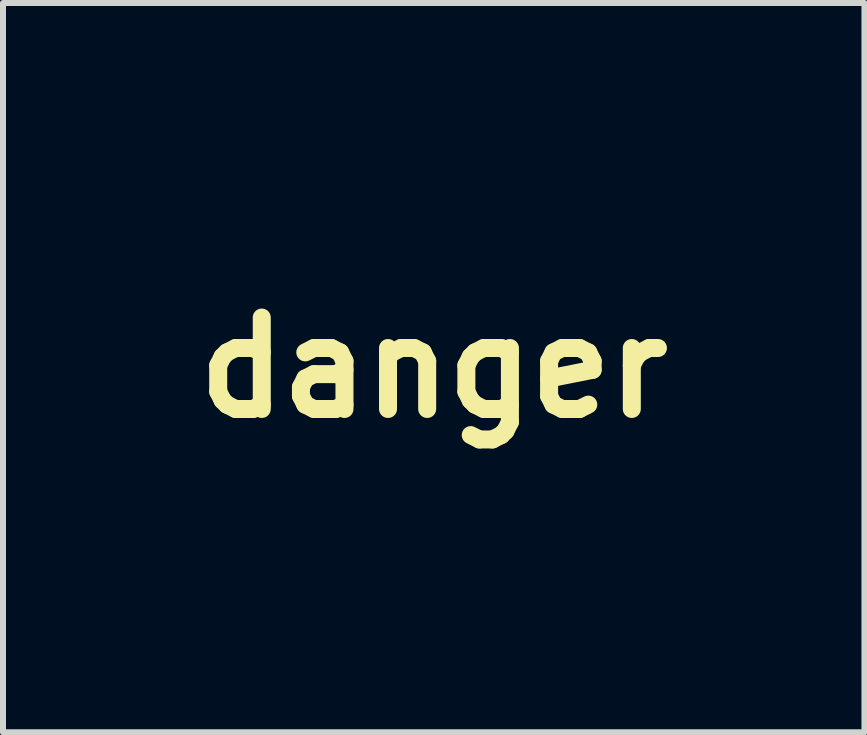
<source format=kicad_pcb>
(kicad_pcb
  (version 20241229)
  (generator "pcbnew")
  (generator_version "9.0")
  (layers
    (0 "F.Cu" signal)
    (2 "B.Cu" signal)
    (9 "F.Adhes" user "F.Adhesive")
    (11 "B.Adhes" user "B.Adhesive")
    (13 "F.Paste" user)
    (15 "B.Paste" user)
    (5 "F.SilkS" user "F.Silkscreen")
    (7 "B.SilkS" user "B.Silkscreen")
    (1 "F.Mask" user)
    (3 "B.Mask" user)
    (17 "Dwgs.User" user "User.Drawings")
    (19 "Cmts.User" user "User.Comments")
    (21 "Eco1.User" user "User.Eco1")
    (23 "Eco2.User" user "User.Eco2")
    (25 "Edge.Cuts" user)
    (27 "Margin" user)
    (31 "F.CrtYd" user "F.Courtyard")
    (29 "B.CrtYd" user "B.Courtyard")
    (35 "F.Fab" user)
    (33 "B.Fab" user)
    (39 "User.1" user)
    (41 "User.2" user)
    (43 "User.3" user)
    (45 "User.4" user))
  (footprint "danger"
    (layer "F.Cu")
    (at 4.18 3.078)
    (property "Reference" "danger" (at 0 0 0) (layer "F.SilkS") (effects (font (size 1.524 1.524) (thickness 0.3))))
    (attr through_hole)
    (fp_poly (pts (xy -0.264 -1.973) (xy -0.246 -1.95) (xy -0.219 -1.915) (xy -0.186 -1.871) (xy -0.148 -1.82) (xy -0.142 -1.812) (xy -0.019 -1.642) (xy 0.145 -1.633) (xy 0.196 -1.63) (xy 0.24 -1.627) (xy 0.277 -1.624) (xy 0.301 -1.621) (xy 0.312 -1.619) (xy 0.312 -1.619) (xy 0.311 -1.614) (xy 0.307 -1.599) (xy 0.298 -1.574) (xy 0.286 -1.538) (xy 0.268 -1.489) (xy 0.246 -1.428) (xy 0.219 -1.352) (xy 0.186 -1.261) (xy 0.147 -1.153) (xy 0.101 -1.029) (xy 0.049 -0.886) (xy -0.01 -0.724) (xy -0.077 -0.542) (xy -0.152 -0.338) (xy -0.159 -0.319) (xy -0.188 -0.239) (xy -0.214 -0.165) (xy -0.236 -0.102) (xy -0.253 -0.052) (xy -0.264 -0.019) (xy -0.268 -0.004) (xy -0.267 -0.003) (xy -0.259 -0.006) (xy -0.236 -0.018) (xy -0.201 -0.036) (xy -0.154 -0.061) (xy -0.098 -0.092) (xy -0.034 -0.127) (xy 0.036 -0.166) (xy 0.111 -0.208) (xy 0.19 -0.252) (xy 0.27 -0.297) (xy 0.35 -0.343) (xy 0.429 -0.388) (xy 0.445 -0.397) (xy 0.489 -0.422) (xy 0.519 -0.437) (xy 0.538 -0.444) (xy 0.546 -0.442) (xy 0.546 -0.442) (xy 0.545 -0.429) (xy 0.539 -0.394) (xy 0.53 -0.339) (xy 0.518 -0.266) (xy 0.503 -0.177) (xy 0.485 -0.074) (xy 0.465 0.04) (xy 0.444 0.163) (xy 0.422 0.293) (xy 0.398 0.429) (xy 0.374 0.567) (xy 0.35 0.705) (xy 0.326 0.842) (xy 0.303 0.975) (xy 0.28 1.102) (xy 0.26 1.221) (xy 0.24 1.329) (xy 0.223 1.425) (xy 0.209 1.505) (xy 0.197 1.569) (xy 0.189 1.614) (xy 0.189 1.614) (xy 0.189 1.623) (xy 0.196 1.63) (xy 0.21 1.636) (xy 0.233 1.641) (xy 0.267 1.646) (xy 0.314 1.651) (xy 0.375 1.656) (xy 0.409 1.659) (xy 0.451 1.663) (xy 0.488 1.667) (xy 0.514 1.672) (xy 0.528 1.676) (xy 0.529 1.677) (xy 0.524 1.687) (xy 0.507 1.711) (xy 0.48 1.749) (xy 0.445 1.798) (xy 0.402 1.857) (xy 0.353 1.923) (xy 0.3 1.995) (xy 0.244 2.072) (xy 0.185 2.151) (xy 0.127 2.23) (xy 0.069 2.308) (xy 0.013 2.382) (xy -0.04 2.452) (xy -0.087 2.515) (xy -0.128 2.569) (xy -0.162 2.613) (xy -0.186 2.644) (xy -0.201 2.662) (xy -0.204 2.665) (xy -0.211 2.658) (xy -0.215 2.645) (xy -0.218 2.629) (xy -0.226 2.591) (xy -0.237 2.533) (xy -0.252 2.458) (xy -0.27 2.367) (xy -0.291 2.264) (xy -0.314 2.15) (xy -0.338 2.028) (xy -0.352 1.958) (xy -0.377 1.834) (xy -0.4 1.716) (xy -0.421 1.609) (xy -0.44 1.513) (xy -0.455 1.431) (xy -0.468 1.366) (xy -0.476 1.319) (xy -0.48 1.293) (xy -0.481 1.288) (xy -0.472 1.292) (xy -0.452 1.305) (xy -0.422 1.326) (xy -0.387 1.353) (xy -0.347 1.382) (xy -0.308 1.413) (xy -0.271 1.443) (xy -0.239 1.469) (xy -0.239 1.469) (xy -0.217 1.486) (xy -0.202 1.495) (xy -0.198 1.495) (xy -0.194 1.481) (xy -0.187 1.447) (xy -0.176 1.394) (xy -0.162 1.328) (xy -0.147 1.251) (xy -0.13 1.166) (xy -0.113 1.076) (xy -0.095 0.986) (xy -0.078 0.898) (xy -0.063 0.815) (xy -0.049 0.741) (xy -0.038 0.68) (xy -0.03 0.634) (xy -0.025 0.606) (xy -0.025 0.6) (xy -0.034 0.603) (xy -0.057 0.614) (xy -0.091 0.632) (xy -0.133 0.656) (xy -0.183 0.683) (xy -0.212 0.699) (xy -0.348 0.776) (xy -0.468 0.844) (xy -0.574 0.904) (xy -0.665 0.956) (xy -0.743 1) (xy -0.808 1.036) (xy -0.86 1.066) (xy -0.9 1.088) (xy -0.928 1.104) (xy -0.946 1.114) (xy -0.953 1.118) (xy -0.954 1.118) (xy -0.957 1.108) (xy -0.957 1.103) (xy -0.954 1.09) (xy -0.947 1.054) (xy -0.935 0.998) (xy -0.918 0.923) (xy -0.898 0.831) (xy -0.875 0.724) (xy -0.848 0.603) (xy -0.819 0.47) (xy -0.788 0.327) (xy -0.755 0.177) (xy -0.721 0.019) (xy -0.685 -0.143) (xy -0.649 -0.308) (xy -0.612 -0.475) (xy -0.576 -0.64) (xy -0.54 -0.804) (xy -0.504 -0.963) (xy -0.471 -1.117) (xy -0.438 -1.263) (xy -0.408 -1.4) (xy -0.38 -1.525) (xy -0.356 -1.638) (xy -0.334 -1.736) (xy -0.316 -1.817) (xy -0.301 -1.88) (xy -0.292 -1.924) (xy -0.287 -1.946) (xy -0.286 -1.946) (xy -0.278 -1.971) (xy -0.272 -1.981) (xy -0.264 -1.973)) (stroke (width 0.01) (type solid)) (fill no) (layer "Eco2.User"))
    (fp_poly (pts (xy 0.453 -2.473) (xy 0.568 -2.169) (xy 0.676 -1.885) (xy 0.776 -1.622) (xy 0.868 -1.378) (xy 0.954 -1.152) (xy 1.033 -0.943) (xy 1.106 -0.751) (xy 1.172 -0.575) (xy 1.234 -0.413) (xy 1.29 -0.264) (xy 1.342 -0.129) (xy 1.376 -0.038) (xy 1.457 0.176) (xy 1.53 0.37) (xy 1.596 0.543) (xy 1.655 0.698) (xy 1.707 0.834) (xy 1.752 0.953) (xy 1.792 1.056) (xy 1.825 1.143) (xy 1.854 1.217) (xy 1.878 1.277) (xy 1.897 1.326) (xy 1.912 1.363) (xy 1.923 1.39) (xy 1.931 1.408) (xy 1.937 1.418) (xy 1.938 1.42) (xy 1.945 1.436) (xy 1.961 1.472) (xy 1.984 1.529) (xy 2.014 1.605) (xy 2.05 1.699) (xy 2.093 1.81) (xy 2.142 1.937) (xy 2.196 2.079) (xy 2.255 2.235) (xy 2.319 2.404) (xy 2.387 2.584) (xy 2.416 2.662) (xy 2.447 2.749) (xy 2.467 2.822) (xy 2.477 2.886) (xy 2.478 2.944) (xy 2.472 2.999) (xy 2.459 3.067) (xy -0.104 3.07) (xy -2.667 3.073) (xy -2.68 3.033) (xy -2.689 2.998) (xy -2.692 2.951) (xy -2.691 2.902) (xy -2.691 2.885) (xy -2.691 2.87) (xy -2.69 2.857) (xy -2.688 2.843) (xy -2.685 2.826) (xy -2.68 2.806) (xy -2.672 2.78) (xy -2.661 2.747) (xy -2.646 2.706) (xy -2.642 2.695) (xy -2.276 2.695) (xy -2.276 2.698) (xy -2.274 2.701) (xy -2.269 2.703) (xy -2.262 2.706) (xy -2.25 2.708) (xy -2.233 2.709) (xy -2.211 2.711) (xy -2.182 2.712) (xy -2.146 2.714) (xy -2.103 2.715) (xy -2.05 2.716) (xy -1.988 2.717) (xy -1.915 2.717) (xy -1.832 2.718) (xy -1.736 2.718) (xy -1.628 2.719) (xy -1.507 2.719) (xy -1.371 2.72) (xy -1.22 2.72) (xy -1.054 2.721) (xy -0.964 2.721) (xy -0.798 2.721) (xy -0.626 2.722) (xy -0.449 2.722) (xy -0.27 2.723) (xy -0.089 2.723) (xy 0.09 2.724) (xy 0.266 2.724) (xy 0.438 2.725) (xy 0.603 2.726) (xy 0.759 2.726) (xy 0.904 2.727) (xy 1.038 2.727) (xy 1.157 2.728) (xy 1.2 2.728) (xy 1.318 2.728) (xy 1.432 2.729) (xy 1.539 2.729) (xy 1.64 2.729) (xy 1.731 2.729) (xy 1.814 2.728) (xy 1.886 2.728) (xy 1.946 2.727) (xy 1.994 2.727) (xy 2.027 2.726) (xy 2.046 2.725) (xy 2.049 2.724) (xy 2.045 2.712) (xy 2.033 2.68) (xy 2.016 2.632) (xy 1.993 2.57) (xy 1.966 2.498) (xy 1.935 2.417) (xy 1.927 2.397) (xy 1.903 2.333) (xy 1.872 2.25) (xy 1.834 2.15) (xy 1.79 2.036) (xy 1.742 1.909) (xy 1.691 1.773) (xy 1.637 1.631) (xy 1.581 1.484) (xy 1.525 1.335) (xy 1.469 1.187) (xy 1.415 1.044) (xy 1.361 0.903) (xy 1.31 0.766) (xy 1.26 0.637) (xy 1.215 0.516) (xy 1.173 0.406) (xy 1.137 0.31) (xy 1.106 0.228) (xy 1.082 0.164) (xy 1.065 0.12) (xy 1.063 0.114) (xy 1.043 0.062) (xy 1.016 -0.008) (xy 0.984 -0.094) (xy 0.947 -0.191) (xy 0.907 -0.296) (xy 0.866 -0.405) (xy 0.825 -0.514) (xy 0.813 -0.546) (xy 0.772 -0.653) (xy 0.733 -0.755) (xy 0.695 -0.856) (xy 0.657 -0.957) (xy 0.618 -1.06) (xy 0.578 -1.167) (xy 0.535 -1.28) (xy 0.489 -1.402) (xy 0.439 -1.534) (xy 0.384 -1.678) (xy 0.324 -1.837) (xy 0.257 -2.013) (xy 0.184 -2.207) (xy 0.131 -2.346) (xy 0.088 -2.459) (xy 0.048 -2.565) (xy 0.011 -2.662) (xy -0.023 -2.748) (xy -0.051 -2.821) (xy -0.074 -2.879) (xy -0.09 -2.921) (xy -0.099 -2.943) (xy -0.101 -2.946) (xy -0.108 -2.936) (xy -0.119 -2.911) (xy -0.123 -2.899) (xy -0.131 -2.878) (xy -0.147 -2.837) (xy -0.169 -2.78) (xy -0.196 -2.708) (xy -0.228 -2.625) (xy -0.263 -2.533) (xy -0.301 -2.435) (xy -0.317 -2.394) (xy -0.408 -2.159) (xy -0.49 -1.945) (xy -0.564 -1.754) (xy -0.63 -1.583) (xy -0.687 -1.434) (xy -0.737 -1.306) (xy -0.778 -1.2) (xy -0.811 -1.113) (xy -0.834 -1.054) (xy -0.849 -1.015) (xy -0.871 -0.957) (xy -0.9 -0.881) (xy -0.935 -0.79) (xy -0.975 -0.687) (xy -1.019 -0.574) (xy -1.066 -0.453) (xy -1.115 -0.326) (xy -1.165 -0.196) (xy -1.177 -0.165) (xy -1.227 -0.035) (xy -1.276 0.092) (xy -1.324 0.215) (xy -1.368 0.33) (xy -1.409 0.436) (xy -1.445 0.53) (xy -1.476 0.61) (xy -1.5 0.673) (xy -1.517 0.716) (xy -1.52 0.724) (xy -1.547 0.796) (xy -1.577 0.873) (xy -1.606 0.948) (xy -1.63 1.01) (xy -1.63 1.01) (xy -1.647 1.053) (xy -1.67 1.114) (xy -1.699 1.19) (xy -1.732 1.275) (xy -1.768 1.367) (xy -1.804 1.461) (xy -1.816 1.492) (xy -1.855 1.594) (xy -1.9 1.711) (xy -1.949 1.838) (xy -2 1.969) (xy -2.049 2.097) (xy -2.095 2.216) (xy -2.112 2.26) (xy -2.148 2.354) (xy -2.182 2.442) (xy -2.212 2.52) (xy -2.237 2.588) (xy -2.257 2.641) (xy -2.27 2.677) (xy -2.275 2.695) (xy -2.276 2.695) (xy -2.642 2.695) (xy -2.627 2.653) (xy -2.602 2.588) (xy -2.572 2.51) (xy -2.536 2.416) (xy -2.493 2.304) (xy -2.442 2.174) (xy -2.39 2.038) (xy -2.359 1.958) (xy -2.321 1.861) (xy -2.278 1.75) (xy -2.232 1.631) (xy -2.185 1.507) (xy -2.137 1.384) (xy -2.091 1.267) (xy -2.083 1.245) (xy -2.035 1.121) (xy -1.983 0.985) (xy -1.928 0.843) (xy -1.873 0.7) (xy -1.819 0.563) (xy -1.77 0.436) (xy -1.729 0.33) (xy -1.685 0.217) (xy -1.638 0.095) (xy -1.589 -0.031) (xy -1.542 -0.155) (xy -1.497 -0.271) (xy -1.457 -0.374) (xy -1.437 -0.425) (xy -1.403 -0.514) (xy -1.369 -0.602) (xy -1.338 -0.683) (xy -1.31 -0.755) (xy -1.287 -0.813) (xy -1.272 -0.853) (xy -1.27 -0.857) (xy -1.253 -0.902) (xy -1.229 -0.962) (xy -1.202 -1.034) (xy -1.172 -1.11) (xy -1.147 -1.175) (xy -1.118 -1.25) (xy -1.089 -1.326) (xy -1.062 -1.396) (xy -1.039 -1.455) (xy -1.024 -1.492) (xy -1.01 -1.528) (xy -0.989 -1.583) (xy -0.962 -1.652) (xy -0.931 -1.733) (xy -0.897 -1.821) (xy -0.861 -1.914) (xy -0.842 -1.962) (xy -0.802 -2.066) (xy -0.759 -2.178) (xy -0.715 -2.292) (xy -0.673 -2.401) (xy -0.634 -2.501) (xy -0.601 -2.585) (xy -0.597 -2.597) (xy -0.565 -2.679) (xy -0.534 -2.76) (xy -0.505 -2.835) (xy -0.479 -2.901) (xy -0.46 -2.951) (xy -0.453 -2.969) (xy -0.413 -3.073) (xy 0.225 -3.073) (xy 0.453 -2.473)) (stroke (width 0.01) (type solid)) (fill no) (layer "Eco2.User")))
  (gr_rect
    (start -3 -3)
    (end 11.36 9.157)
    (stroke (width 0.1) (type default))
    (fill no)
    (layer "Edge.Cuts")))
</source>
